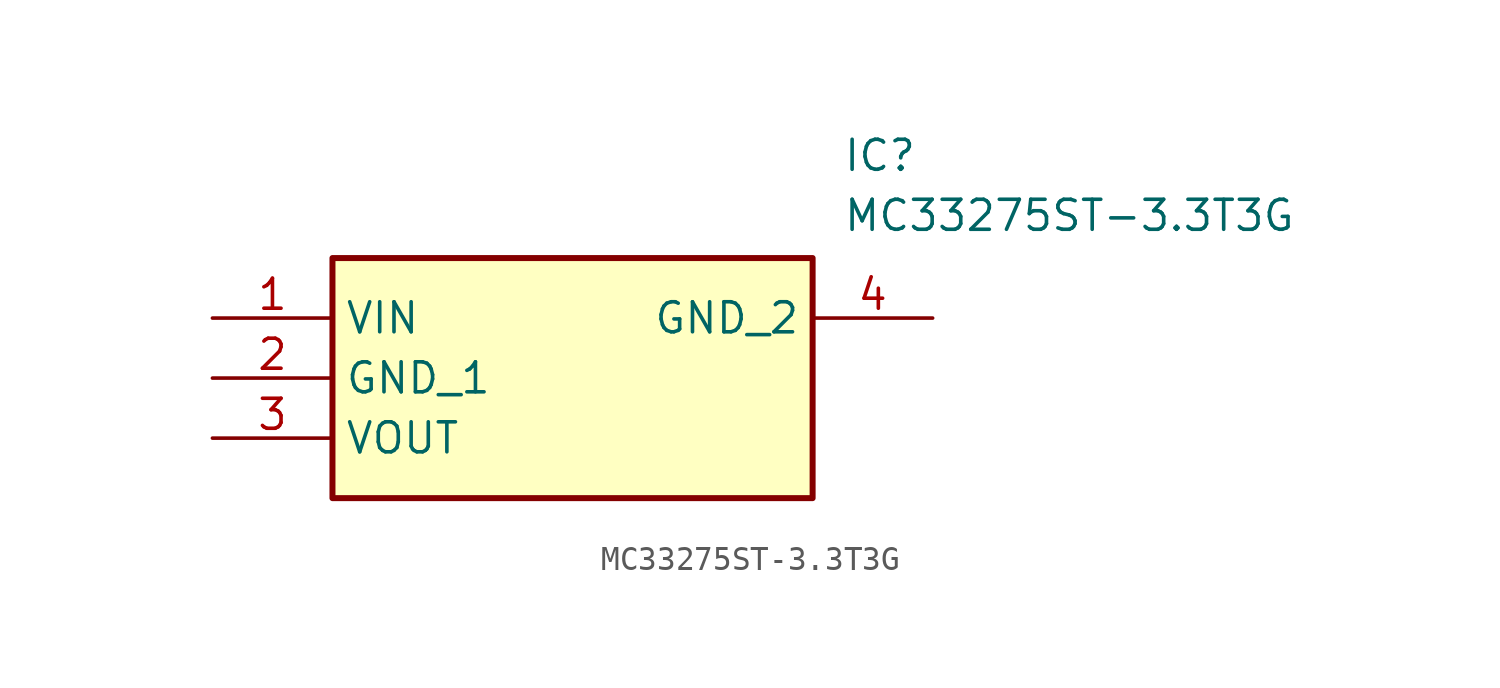
<source format=kicad_sym>
(kicad_symbol_lib
  (version 20211014)
  (generator SamacSys_ECAD_Model)
  (symbol "MC33275ST-3.3T3G"
    (property "Reference" "IC"
      (at 26.67 7.62 0)
      (effects (font (size 1.27 1.27)) (justify left top)))
    (property "Value" "MC33275ST-3.3T3G"
      (at 26.67 5.08 0)
      (effects (font (size 1.27 1.27)) (justify left top)))
    (rectangle
      (start 5.08 2.54)
      (end 25.4 -7.62)
      (stroke (width 0.254) (type default))
      (fill (type background)))
    (pin passive line
      (at 0 0 0)
      (length 5.08)
      (name "VIN" (effects (font (size 1.27 1.27))))
      (number "1" (effects (font (size 1.27 1.27)))))
    (pin passive line
      (at 0 -2.54 0)
      (length 5.08)
      (name "GND_1" (effects (font (size 1.27 1.27))))
      (number "2" (effects (font (size 1.27 1.27)))))
    (pin passive line
      (at 0 -5.08 0)
      (length 5.08)
      (name "VOUT" (effects (font (size 1.27 1.27))))
      (number "3" (effects (font (size 1.27 1.27)))))
    (pin passive line
      (at 30.48 0 180)
      (length 5.08)
      (name "GND_2" (effects (font (size 1.27 1.27))))
      (number "4" (effects (font (size 1.27 1.27)))))))
</source>
